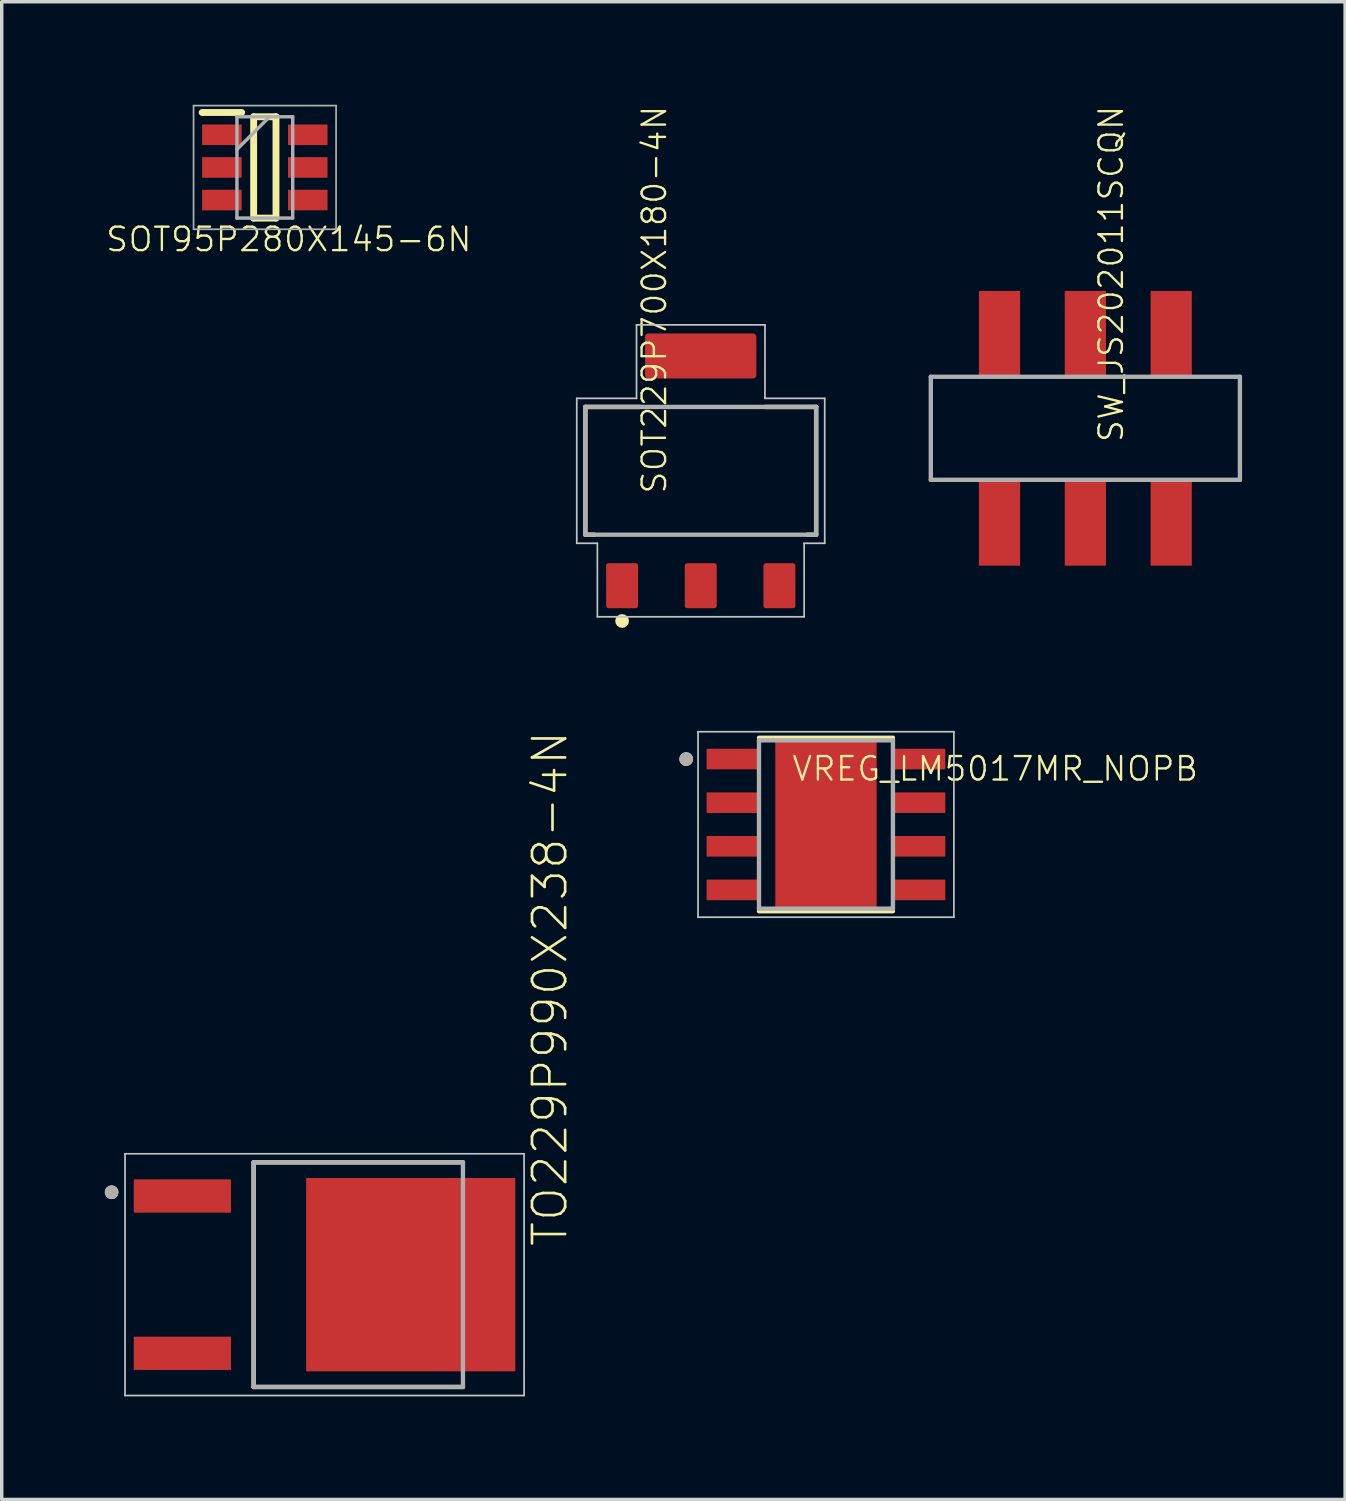
<source format=kicad_pcb>
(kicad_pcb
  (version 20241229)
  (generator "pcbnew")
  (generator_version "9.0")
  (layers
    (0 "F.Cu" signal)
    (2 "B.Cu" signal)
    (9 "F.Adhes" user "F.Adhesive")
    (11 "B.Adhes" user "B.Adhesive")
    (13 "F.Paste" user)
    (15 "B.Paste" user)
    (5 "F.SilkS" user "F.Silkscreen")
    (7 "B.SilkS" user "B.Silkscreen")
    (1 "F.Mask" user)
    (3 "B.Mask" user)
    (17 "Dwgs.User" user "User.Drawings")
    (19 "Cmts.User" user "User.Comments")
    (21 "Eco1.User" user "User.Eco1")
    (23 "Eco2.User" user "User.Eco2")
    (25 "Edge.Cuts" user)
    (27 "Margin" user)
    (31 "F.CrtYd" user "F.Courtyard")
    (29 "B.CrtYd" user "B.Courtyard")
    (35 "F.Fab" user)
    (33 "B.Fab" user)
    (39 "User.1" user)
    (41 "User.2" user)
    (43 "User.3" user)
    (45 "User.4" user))
  (footprint "SOT229P700X180-4N"
    (layer "F.Cu")
    (at 17.354 10.659)
    (property "Reference" "SOT229P700X180-4N" (at -0.952 0.712 270) (layer "F.SilkS") (effects (font (size 0.684 0.684) (thickness 0.068)) (justify left bottom)))
    (attr through_hole)
    (fp_line (start -3.36 1.86) (end -3.36 -1.86) (stroke (width 0.127) (type solid)) (layer "F.SilkS"))
    (fp_line (start -3.36 1.86) (end -3.1 1.86) (stroke (width 0.127) (type solid)) (layer "F.SilkS"))
    (fp_line (start -1.76 -1.86) (end -3.36 -1.86) (stroke (width 0.127) (type solid)) (layer "F.SilkS"))
    (fp_line (start 3.11 1.86) (end 3.36 1.86) (stroke (width 0.127) (type solid)) (layer "F.SilkS"))
    (fp_line (start 3.36 -1.86) (end 1.87 -1.86) (stroke (width 0.127) (type solid)) (layer "F.SilkS"))
    (fp_line (start 3.36 1.86) (end 3.36 -1.86) (stroke (width 0.127) (type solid)) (layer "F.SilkS"))
    (fp_circle (center -2.29 4.373) (end -2.19 4.373) (stroke (width 0.2) (type solid)) (fill no) (layer "F.SilkS"))
    (fp_line (start -3.61 -2.11) (end -3.61 2.11) (stroke (width 0.05) (type solid)) (layer "Dwgs.User"))
    (fp_line (start -3.61 2.11) (end -3.01 2.11) (stroke (width 0.05) (type solid)) (layer "Dwgs.User"))
    (fp_line (start -3.01 2.11) (end -3.01 4.25) (stroke (width 0.05) (type solid)) (layer "Dwgs.User"))
    (fp_line (start -3.01 4.25) (end 3.01 4.25) (stroke (width 0.05) (type solid)) (layer "Dwgs.User"))
    (fp_line (start -1.87 -4.25) (end -1.87 -2.11) (stroke (width 0.05) (type solid)) (layer "Dwgs.User"))
    (fp_line (start -1.87 -2.11) (end -3.61 -2.11) (stroke (width 0.05) (type solid)) (layer "Dwgs.User"))
    (fp_line (start 1.87 -4.25) (end -1.87 -4.25) (stroke (width 0.05) (type solid)) (layer "Dwgs.User"))
    (fp_line (start 1.87 -2.11) (end 1.87 -4.25) (stroke (width 0.05) (type solid)) (layer "Dwgs.User"))
    (fp_line (start 3.01 2.11) (end 3.61 2.11) (stroke (width 0.05) (type solid)) (layer "Dwgs.User"))
    (fp_line (start 3.01 4.25) (end 3.01 2.11) (stroke (width 0.05) (type solid)) (layer "Dwgs.User"))
    (fp_line (start 3.61 -2.11) (end 1.87 -2.11) (stroke (width 0.05) (type solid)) (layer "Dwgs.User"))
    (fp_line (start 3.61 2.11) (end 3.61 -2.11) (stroke (width 0.05) (type solid)) (layer "Dwgs.User"))
    (fp_line (start -3.36 -1.86) (end 3.36 -1.86) (stroke (width 0.127) (type solid)) (layer "F.Fab"))
    (fp_line (start -3.36 1.86) (end -3.36 -1.86) (stroke (width 0.127) (type solid)) (layer "F.Fab"))
    (fp_line (start 3.36 -1.86) (end 3.36 1.86) (stroke (width 0.127) (type solid)) (layer "F.Fab"))
    (fp_line (start 3.36 1.86) (end -3.36 1.86) (stroke (width 0.127) (type solid)) (layer "F.Fab"))
    (pad "1" smd roundrect (at -2.29 3.345) (size 0.93 1.31) (layers "F.Cu" "F.Mask" "F.Paste") (roundrect_rratio 0.075))
    (pad "2" smd roundrect (at 0 3.345) (size 0.93 1.31) (layers "F.Cu" "F.Mask" "F.Paste") (roundrect_rratio 0.075))
    (pad "3" smd roundrect (at 2.29 3.345) (size 0.93 1.31) (layers "F.Cu" "F.Mask" "F.Paste") (roundrect_rratio 0.075))
    (pad "4" smd roundrect (at 0 -3.345) (size 3.24 1.31) (layers "F.Cu" "F.Mask" "F.Paste") (roundrect_rratio 0.075)))
  (footprint "SW_JS202011SCQN"
    (layer "F.Cu")
    (at 28.553 9.421)
    (property "Reference" "SW_JS202011SCQN" (at 1.151 0.451 270) (layer "F.SilkS") (effects (font (size 0.684 0.684) (thickness 0.068)) (justify left bottom)))
    (attr through_hole)
    (fp_line (start -4.5 -1.5) (end -4.5 1.5) (stroke (width 0.127) (type solid)) (layer "F.Fab"))
    (fp_line (start -4.5 1.5) (end 4.5 1.5) (stroke (width 0.127) (type solid)) (layer "F.Fab"))
    (fp_line (start 4.5 -1.5) (end -4.5 -1.5) (stroke (width 0.127) (type solid)) (layer "F.Fab"))
    (fp_line (start 4.5 1.5) (end 4.5 -1.5) (stroke (width 0.127) (type solid)) (layer "F.Fab"))
    (pad "1" smd rect (at -2.5 2.75) (size 1.2 2.5) (layers "F.Cu" "F.Mask" "F.Paste"))
    (pad "2" smd rect (at 0 2.75) (size 1.2 2.5) (layers "F.Cu" "F.Mask" "F.Paste"))
    (pad "3" smd rect (at 2.5 2.75) (size 1.2 2.5) (layers "F.Cu" "F.Mask" "F.Paste"))
    (pad "4" smd rect (at -2.5 -2.75) (size 1.2 2.5) (layers "F.Cu" "F.Mask" "F.Paste"))
    (pad "5" smd rect (at 0 -2.75) (size 1.2 2.5) (layers "F.Cu" "F.Mask" "F.Paste"))
    (pad "6" smd rect (at 2.5 -2.75) (size 1.2 2.5) (layers "F.Cu" "F.Mask" "F.Paste")))
  (footprint "TO229P990X238-4N"
    (layer "F.Cu")
    (at 6.4 34.065)
    (property "Reference" "TO229P990X238-4N" (at 7.127 -0.765 90) (layer "F.SilkS") (effects (font (size 0.965 0.965) (thickness 0.077)) (justify left bottom)))
    (attr through_hole)
    (fp_line (start -2.065 -3.27) (end -2.065 3.27) (stroke (width 0.127) (type solid)) (layer "F.SilkS"))
    (fp_line (start -2.065 3.27) (end 4.03 3.27) (stroke (width 0.127) (type solid)) (layer "F.SilkS"))
    (fp_line (start 4.03 -3.27) (end -2.065 -3.27) (stroke (width 0.127) (type solid)) (layer "F.SilkS"))
    (fp_circle (center -6.2 -2.4) (end -6.1 -2.4) (stroke (width 0.2) (type solid)) (fill no) (layer "F.SilkS"))
    (fp_poly (pts (xy -0.175 -0.54) (xy 1.135 -0.54) (xy 1.135 -2.28) (xy -0.175 -2.28)) (stroke (width 0) (type solid)) (fill yes) (layer "F.Paste"))
    (fp_poly (pts (xy -0.175 2.28) (xy 1.135 2.28) (xy 1.135 0.54) (xy -0.175 0.54)) (stroke (width 0) (type solid)) (fill yes) (layer "F.Paste"))
    (fp_poly (pts (xy 1.855 -0.54) (xy 3.165 -0.54) (xy 3.165 -2.28) (xy 1.855 -2.28)) (stroke (width 0) (type solid)) (fill yes) (layer "F.Paste"))
    (fp_poly (pts (xy 1.855 2.28) (xy 3.165 2.28) (xy 3.165 0.54) (xy 1.855 0.54)) (stroke (width 0) (type solid)) (fill yes) (layer "F.Paste"))
    (fp_poly (pts (xy 3.885 -0.54) (xy 5.195 -0.54) (xy 5.195 -2.28) (xy 3.885 -2.28)) (stroke (width 0) (type solid)) (fill yes) (layer "F.Paste"))
    (fp_poly (pts (xy 3.885 2.28) (xy 5.195 2.28) (xy 5.195 0.54) (xy 3.885 0.54)) (stroke (width 0) (type solid)) (fill yes) (layer "F.Paste"))
    (fp_line (start -5.81 -3.52) (end -5.81 3.52) (stroke (width 0.05) (type solid)) (layer "Dwgs.User"))
    (fp_line (start -5.81 3.52) (end 5.81 3.52) (stroke (width 0.05) (type solid)) (layer "Dwgs.User"))
    (fp_line (start 5.81 -3.52) (end -5.81 -3.52) (stroke (width 0.05) (type solid)) (layer "Dwgs.User"))
    (fp_line (start 5.81 3.52) (end 5.81 -3.52) (stroke (width 0.05) (type solid)) (layer "Dwgs.User"))
    (fp_line (start -2.065 -3.27) (end -2.065 3.27) (stroke (width 0.127) (type solid)) (layer "F.Fab"))
    (fp_line (start -2.065 3.27) (end 4.03 3.27) (stroke (width 0.127) (type solid)) (layer "F.Fab"))
    (fp_line (start 4.03 -3.27) (end -2.065 -3.27) (stroke (width 0.127) (type solid)) (layer "F.Fab"))
    (fp_line (start 4.03 3.27) (end 4.03 -3.27) (stroke (width 0.127) (type solid)) (layer "F.Fab"))
    (fp_circle (center -6.2 -2.4) (end -6.1 -2.4) (stroke (width 0.2) (type solid)) (fill no) (layer "F.Fab"))
    (pad "1" smd rect (at -4.14 -2.29) (size 2.83 0.97) (layers "F.Cu" "F.Mask" "F.Paste"))
    (pad "3" smd rect (at -4.14 2.29) (size 2.83 0.97) (layers "F.Cu" "F.Mask" "F.Paste"))
    (pad "4" smd rect (at 2.51 0) (size 6.09 5.63) (layers "F.Cu" "F.Mask")))
  (footprint "SOT95P280X145-6N"
    (layer "F.Cu")
    (at 4.661 1.825)
    (property "Reference" "SOT95P280X145-6N" (at 0.699 2.095 0) (layer "F.SilkS") (effects (font (size 0.684 0.684) (thickness 0.068))))
    (attr through_hole)
    (fp_line (start -1.825 -1.6) (end -0.675 -1.6) (stroke (width 0.2) (type solid)) (layer "F.SilkS"))
    (fp_line (start -0.325 -1.475) (end 0.325 -1.475) (stroke (width 0.2) (type solid)) (layer "F.SilkS"))
    (fp_line (start -0.325 1.475) (end -0.325 -1.475) (stroke (width 0.2) (type solid)) (layer "F.SilkS"))
    (fp_line (start 0.325 -1.475) (end 0.325 1.475) (stroke (width 0.2) (type solid)) (layer "F.SilkS"))
    (fp_line (start 0.325 1.475) (end -0.325 1.475) (stroke (width 0.2) (type solid)) (layer "F.SilkS"))
    (fp_line (start -2.075 -1.8) (end 2.075 -1.8) (stroke (width 0.05) (type solid)) (layer "F.Fab"))
    (fp_line (start -2.075 1.8) (end -2.075 -1.8) (stroke (width 0.05) (type solid)) (layer "F.Fab"))
    (fp_line (start -0.812 -1.475) (end 0.812 -1.475) (stroke (width 0.1) (type solid)) (layer "F.Fab"))
    (fp_line (start -0.812 -0.525) (end 0.138 -1.475) (stroke (width 0.1) (type solid)) (layer "F.Fab"))
    (fp_line (start -0.812 1.475) (end -0.812 -1.475) (stroke (width 0.1) (type solid)) (layer "F.Fab"))
    (fp_line (start 0.812 -1.475) (end 0.812 1.475) (stroke (width 0.1) (type solid)) (layer "F.Fab"))
    (fp_line (start 0.812 1.475) (end -0.812 1.475) (stroke (width 0.1) (type solid)) (layer "F.Fab"))
    (fp_line (start 2.075 -1.8) (end 2.075 1.8) (stroke (width 0.05) (type solid)) (layer "F.Fab"))
    (fp_line (start 2.075 1.8) (end -2.075 1.8) (stroke (width 0.05) (type solid)) (layer "F.Fab"))
    (pad "1" smd rect (at -1.25 -0.95) (size 1.15 0.6) (layers "F.Cu" "F.Mask" "F.Paste"))
    (pad "2" smd rect (at -1.25 0) (size 1.15 0.6) (layers "F.Cu" "F.Mask" "F.Paste"))
    (pad "3" smd rect (at -1.25 0.95) (size 1.15 0.6) (layers "F.Cu" "F.Mask" "F.Paste"))
    (pad "4" smd rect (at 1.25 0.95) (size 1.15 0.6) (layers "F.Cu" "F.Mask" "F.Paste"))
    (pad "5" smd rect (at 1.25 0) (size 1.15 0.6) (layers "F.Cu" "F.Mask" "F.Paste"))
    (pad "6" smd rect (at 1.25 -0.95) (size 1.15 0.6) (layers "F.Cu" "F.Mask" "F.Paste")))
  (footprint "VREG_LM5017MR_NOPB"
    (layer "F.Cu")
    (at 21 20.957)
    (property "Reference" "VREG_LM5017MR_NOPB" (at -1.028 -1.222 180) (layer "F.SilkS") (effects (font (size 0.684 0.684) (thickness 0.068)) (justify left bottom)))
    (attr through_hole)
    (fp_poly (pts (xy -1.355 1.7) (xy 1.355 1.7) (xy 1.355 -1.7) (xy -1.355 -1.7)) (stroke (width 0) (type solid)) (fill yes) (layer "F.Mask"))
    (fp_poly (pts (xy -1.905 -1.535) (xy -3.495 -1.535) (xy -3.545 -1.585) (xy -3.545 -2.225) (xy -3.495 -2.275) (xy -1.905 -2.275) (xy -1.855 -2.225) (xy -1.855 -1.585)) (stroke (width 0) (type solid)) (fill yes) (layer "F.Mask"))
    (fp_poly (pts (xy -1.905 -0.265) (xy -3.495 -0.265) (xy -3.545 -0.315) (xy -3.545 -0.955) (xy -3.495 -1.005) (xy -1.905 -1.005) (xy -1.855 -0.955) (xy -1.855 -0.315)) (stroke (width 0) (type solid)) (fill yes) (layer "F.Mask"))
    (fp_poly (pts (xy -1.905 1.005) (xy -3.495 1.005) (xy -3.545 0.955) (xy -3.545 0.315) (xy -3.495 0.265) (xy -1.905 0.265) (xy -1.855 0.315) (xy -1.855 0.955)) (stroke (width 0) (type solid)) (fill yes) (layer "F.Mask"))
    (fp_poly (pts (xy -1.905 2.275) (xy -3.495 2.275) (xy -3.545 2.225) (xy -3.545 1.585) (xy -3.495 1.535) (xy -1.905 1.535) (xy -1.855 1.585) (xy -1.855 2.225)) (stroke (width 0) (type solid)) (fill yes) (layer "F.Mask"))
    (fp_poly (pts (xy 3.495 -1.535) (xy 1.905 -1.535) (xy 1.855 -1.585) (xy 1.855 -2.225) (xy 1.905 -2.275) (xy 3.495 -2.275) (xy 3.545 -2.225) (xy 3.545 -1.585)) (stroke (width 0) (type solid)) (fill yes) (layer "F.Mask"))
    (fp_poly (pts (xy 3.495 -0.265) (xy 1.905 -0.265) (xy 1.855 -0.315) (xy 1.855 -0.955) (xy 1.905 -1.005) (xy 3.495 -1.005) (xy 3.545 -0.955) (xy 3.545 -0.315)) (stroke (width 0) (type solid)) (fill yes) (layer "F.Mask"))
    (fp_poly (pts (xy 3.495 1.005) (xy 1.905 1.005) (xy 1.855 0.955) (xy 1.855 0.315) (xy 1.905 0.265) (xy 3.495 0.265) (xy 3.545 0.315) (xy 3.545 0.955)) (stroke (width 0) (type solid)) (fill yes) (layer "F.Mask"))
    (fp_poly (pts (xy 3.495 2.275) (xy 1.905 2.275) (xy 1.855 2.225) (xy 1.855 1.585) (xy 1.905 1.535) (xy 3.495 1.535) (xy 3.545 1.585) (xy 3.545 2.225)) (stroke (width 0) (type solid)) (fill yes) (layer "F.Mask"))
    (fp_line (start -1.95 -2.525) (end 1.95 -2.525) (stroke (width 0.127) (type solid)) (layer "F.SilkS"))
    (fp_line (start -1.95 2.525) (end 1.95 2.525) (stroke (width 0.127) (type solid)) (layer "F.SilkS"))
    (fp_circle (center -4.07 -1.905) (end -3.97 -1.905) (stroke (width 0.2) (type solid)) (fill no) (layer "F.SilkS"))
    (fp_poly (pts (xy -1.355 1.7) (xy 1.355 1.7) (xy 1.355 -1.7) (xy -1.355 -1.7)) (stroke (width 0) (type solid)) (fill yes) (layer "F.Paste"))
    (fp_line (start -3.725 -2.7) (end -3.725 2.7) (stroke (width 0.05) (type solid)) (layer "Dwgs.User"))
    (fp_line (start -3.725 -2.7) (end 3.725 -2.7) (stroke (width 0.05) (type solid)) (layer "Dwgs.User"))
    (fp_line (start -3.725 2.7) (end 3.725 2.7) (stroke (width 0.05) (type solid)) (layer "Dwgs.User"))
    (fp_line (start 3.725 -2.7) (end 3.725 2.7) (stroke (width 0.05) (type solid)) (layer "Dwgs.User"))
    (fp_line (start -1.95 -2.45) (end -1.95 2.45) (stroke (width 0.127) (type solid)) (layer "F.Fab"))
    (fp_line (start -1.95 -2.45) (end 1.95 -2.45) (stroke (width 0.127) (type solid)) (layer "F.Fab"))
    (fp_line (start -1.95 2.45) (end 1.95 2.45) (stroke (width 0.127) (type solid)) (layer "F.Fab"))
    (fp_line (start 1.95 -2.45) (end 1.95 2.45) (stroke (width 0.127) (type solid)) (layer "F.Fab"))
    (fp_circle (center -4.07 -1.905) (end -3.97 -1.905) (stroke (width 0.2) (type solid)) (fill no) (layer "F.Fab"))
    (pad "1" smd roundrect (at -2.7 -1.905) (size 1.55 0.6) (layers "F.Cu" "F.Mask" "F.Paste") (roundrect_rratio 0.025))
    (pad "2" smd roundrect (at -2.7 -0.635) (size 1.55 0.6) (layers "F.Cu" "F.Mask" "F.Paste") (roundrect_rratio 0.025))
    (pad "3" smd roundrect (at -2.7 0.635) (size 1.55 0.6) (layers "F.Cu" "F.Mask" "F.Paste") (roundrect_rratio 0.025))
    (pad "4" smd roundrect (at -2.7 1.905) (size 1.55 0.6) (layers "F.Cu" "F.Mask" "F.Paste") (roundrect_rratio 0.025))
    (pad "5" smd roundrect (at 2.7 1.905) (size 1.55 0.6) (layers "F.Cu" "F.Mask" "F.Paste") (roundrect_rratio 0.025))
    (pad "6" smd roundrect (at 2.7 0.635) (size 1.55 0.6) (layers "F.Cu" "F.Mask" "F.Paste") (roundrect_rratio 0.025))
    (pad "7" smd roundrect (at 2.7 -0.635) (size 1.55 0.6) (layers "F.Cu" "F.Mask" "F.Paste") (roundrect_rratio 0.025))
    (pad "8" smd roundrect (at 2.7 -1.905) (size 1.55 0.6) (layers "F.Cu" "F.Mask" "F.Paste") (roundrect_rratio 0.025))
    (pad "9" smd rect (at 0 0) (size 2.95 4.9) (layers "F.Cu" "F.Mask")))
  (gr_rect
    (start -3 -3)
    (end 36.116 40.61)
    (stroke (width 0.1) (type default))
    (fill no)
    (layer "Edge.Cuts")))
</source>
